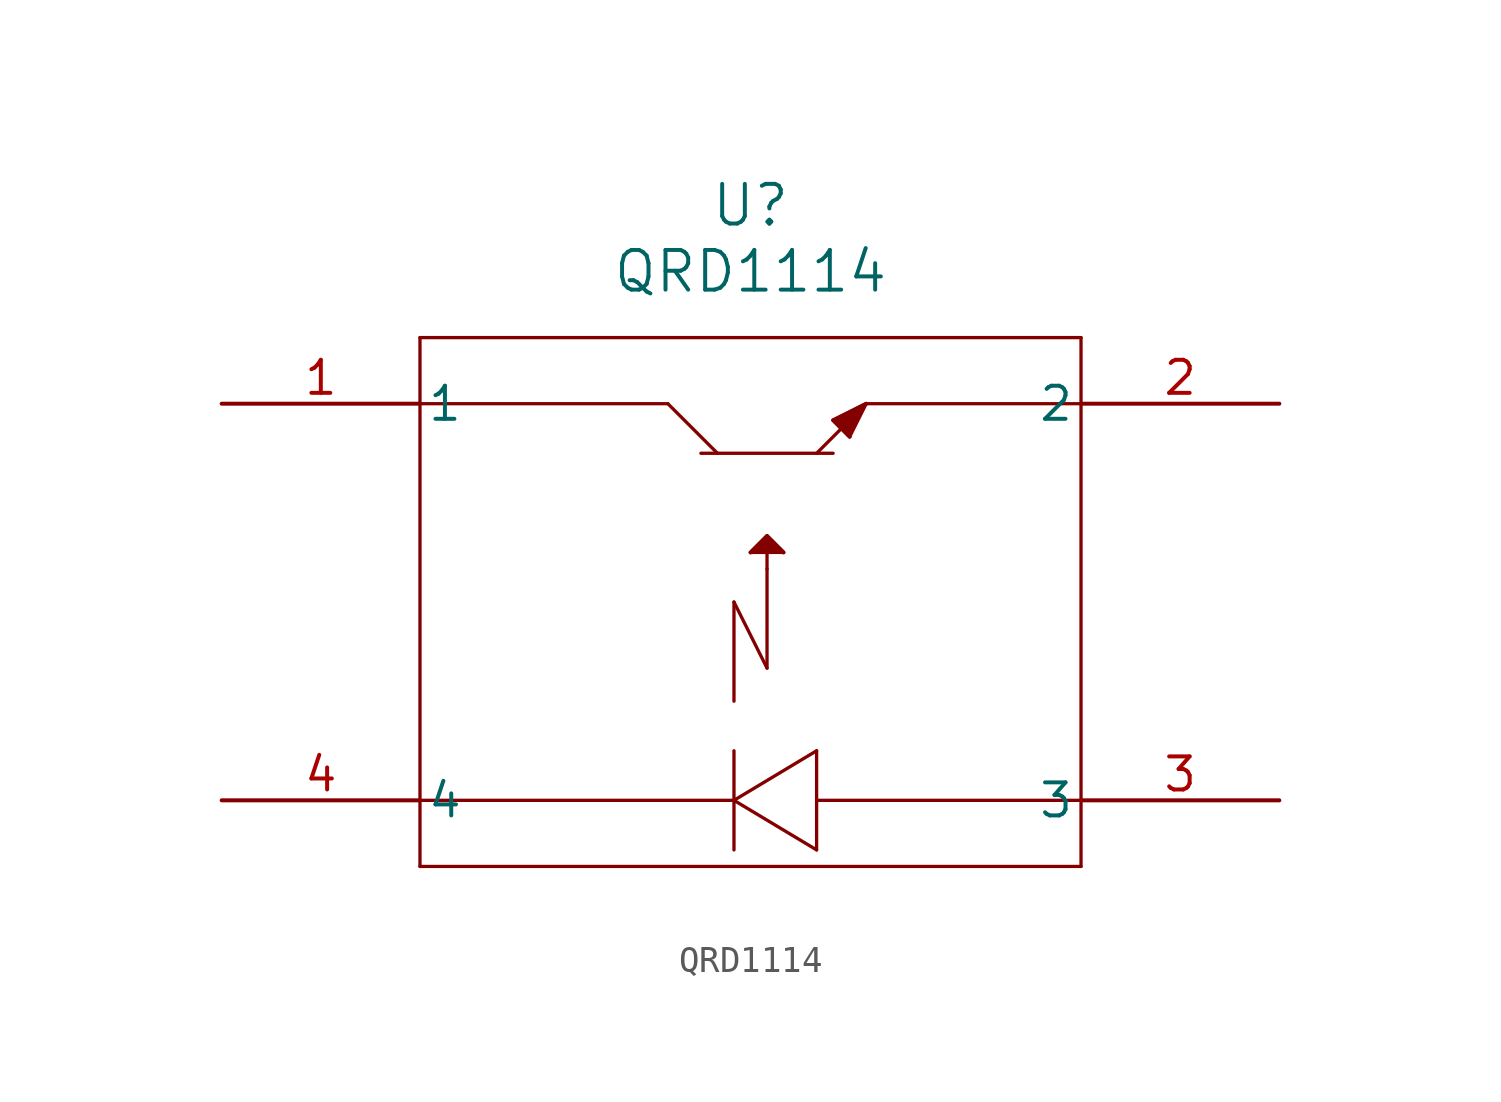
<source format=kicad_sym>
(kicad_symbol_lib
  (version 20211014)
  (generator kicad_symbol_editor)
  (symbol "QRD1114"
    (pin_names
      (offset 0.254))
    (property "Reference" "U"
      (at 20.32 7.62 0)
      (effects (font (size 1.524 1.524))))
    (property "Value" "QRD1114"
      (at 20.32 5.08 0)
      (effects (font (size 1.524 1.524))))
    (polyline
      (pts (xy 7.62 2.54) (xy 7.62 -17.78))
      (stroke (width 0.127) (type default) (color 0 0 0 0))
      (fill (type none)))
    (polyline
      (pts (xy 7.62 -17.78) (xy 33.02 -17.78))
      (stroke (width 0.127) (type default) (color 0 0 0 0))
      (fill (type none)))
    (polyline
      (pts (xy 33.02 -17.78) (xy 33.02 2.54))
      (stroke (width 0.127) (type default) (color 0 0 0 0))
      (fill (type none)))
    (polyline
      (pts (xy 33.02 2.54) (xy 7.62 2.54))
      (stroke (width 0.127) (type default) (color 0 0 0 0))
      (fill (type none)))
    (polyline
      (pts (xy 22.86 -15.24) (xy 33.02 -15.24))
      (stroke (width 0.127) (type default) (color 0 0 0 0))
      (fill (type none)))
    (polyline
      (pts (xy 22.86 -15.24) (xy 22.86 -13.335))
      (stroke (width 0.127) (type default) (color 0 0 0 0))
      (fill (type none)))
    (polyline
      (pts (xy 22.86 -15.24) (xy 22.86 -17.145))
      (stroke (width 0.127) (type default) (color 0 0 0 0))
      (fill (type none)))
    (polyline
      (pts (xy 22.86 -17.145) (xy 19.685 -15.24))
      (stroke (width 0.127) (type default) (color 0 0 0 0))
      (fill (type none)))
    (polyline
      (pts (xy 19.685 -15.24) (xy 22.86 -13.335))
      (stroke (width 0.127) (type default) (color 0 0 0 0))
      (fill (type none)))
    (polyline
      (pts (xy 19.685 -17.145) (xy 19.685 -13.335))
      (stroke (width 0.127) (type default) (color 0 0 0 0))
      (fill (type none)))
    (polyline
      (pts (xy 7.62 -15.24) (xy 19.685 -15.24))
      (stroke (width 0.127) (type default) (color 0 0 0 0))
      (fill (type none)))
    (polyline
      (pts (xy 7.62 0) (xy 17.145 0))
      (stroke (width 0.127) (type default) (color 0 0 0 0))
      (fill (type none)))
    (polyline
      (pts (xy 17.145 0) (xy 19.05 -1.905))
      (stroke (width 0.127) (type default) (color 0 0 0 0))
      (fill (type none)))
    (polyline
      (pts (xy 19.05 -1.905) (xy 18.415 -1.905))
      (stroke (width 0.127) (type default) (color 0 0 0 0))
      (fill (type none)))
    (polyline
      (pts (xy 19.05 -1.905) (xy 23.495 -1.905))
      (stroke (width 0.127) (type default) (color 0 0 0 0))
      (fill (type none)))
    (polyline
      (pts (xy 22.86 -1.905) (xy 24.765 0))
      (stroke (width 0.127) (type default) (color 0 0 0 0))
      (fill (type none)))
    (polyline
      (pts (xy 24.765 0) (xy 24.13 -1.27))
      (stroke (width 0.127) (type default) (color 0 0 0 0))
      (fill (type none)))
    (polyline
      (pts (xy 24.13 -1.27) (xy 23.495 -0.635))
      (stroke (width 0.127) (type default) (color 0 0 0 0))
      (fill (type none)))
    (polyline
      (pts (xy 23.495 -0.635) (xy 24.765 0))
      (stroke (width 0.127) (type default) (color 0 0 0 0))
      (fill (type none)))
    (polyline
      (pts (xy 24.765 0) (xy 33.02 0))
      (stroke (width 0.127) (type default) (color 0 0 0 0))
      (fill (type none)))
    (polyline
      (pts (xy 24.13 -1.27) (xy 23.495 -0.635) (xy 24.765 0))
      (stroke (width 0) (type default) (color 0 0 0 0))
      (fill (type outline)))
    (polyline
      (pts (xy 19.685 -11.43) (xy 19.685 -7.62))
      (stroke (width 0.127) (type default) (color 0 0 0 0))
      (fill (type none)))
    (polyline
      (pts (xy 19.685 -7.62) (xy 20.955 -10.16))
      (stroke (width 0.127) (type default) (color 0 0 0 0))
      (fill (type none)))
    (polyline
      (pts (xy 20.955 -10.16) (xy 20.955 -6.35))
      (stroke (width 0.127) (type default) (color 0 0 0 0))
      (fill (type none)))
    (polyline
      (pts (xy 20.955 -6.35) (xy 20.955 -5.715))
      (stroke (width 0.127) (type default) (color 0 0 0 0))
      (fill (type none)))
    (polyline
      (pts (xy 20.955 -5.715) (xy 20.32 -5.715))
      (stroke (width 0.127) (type default) (color 0 0 0 0))
      (fill (type none)))
    (polyline
      (pts (xy 20.955 -5.715) (xy 21.59 -5.715))
      (stroke (width 0.127) (type default) (color 0 0 0 0))
      (fill (type none)))
    (polyline
      (pts (xy 21.59 -5.715) (xy 20.955 -5.08))
      (stroke (width 0.127) (type default) (color 0 0 0 0))
      (fill (type none)))
    (polyline
      (pts (xy 20.32 -5.715) (xy 20.955 -5.08))
      (stroke (width 0.127) (type default) (color 0 0 0 0))
      (fill (type none)))
    (polyline
      (pts (xy 20.32 -5.715) (xy 20.955 -5.08) (xy 21.59 -5.715))
      (stroke (width 0) (type default) (color 0 0 0 0))
      (fill (type outline)))
    (pin unspecified line
      (at 0 0 0)
      (length 7.62)
      (name "1" (effects (font (size 1.27 1.27))))
      (number "1" (effects (font (size 1.27 1.27)))))
    (pin unspecified line
      (at 40.64 0 180)
      (length 7.62)
      (name "2" (effects (font (size 1.27 1.27))))
      (number "2" (effects (font (size 1.27 1.27)))))
    (pin unspecified line
      (at 40.64 -15.24 180)
      (length 7.62)
      (name "3" (effects (font (size 1.27 1.27))))
      (number "3" (effects (font (size 1.27 1.27)))))
    (pin unspecified line
      (at 0 -15.24 0)
      (length 7.62)
      (name "4" (effects (font (size 1.27 1.27))))
      (number "4" (effects (font (size 1.27 1.27)))))))
</source>
